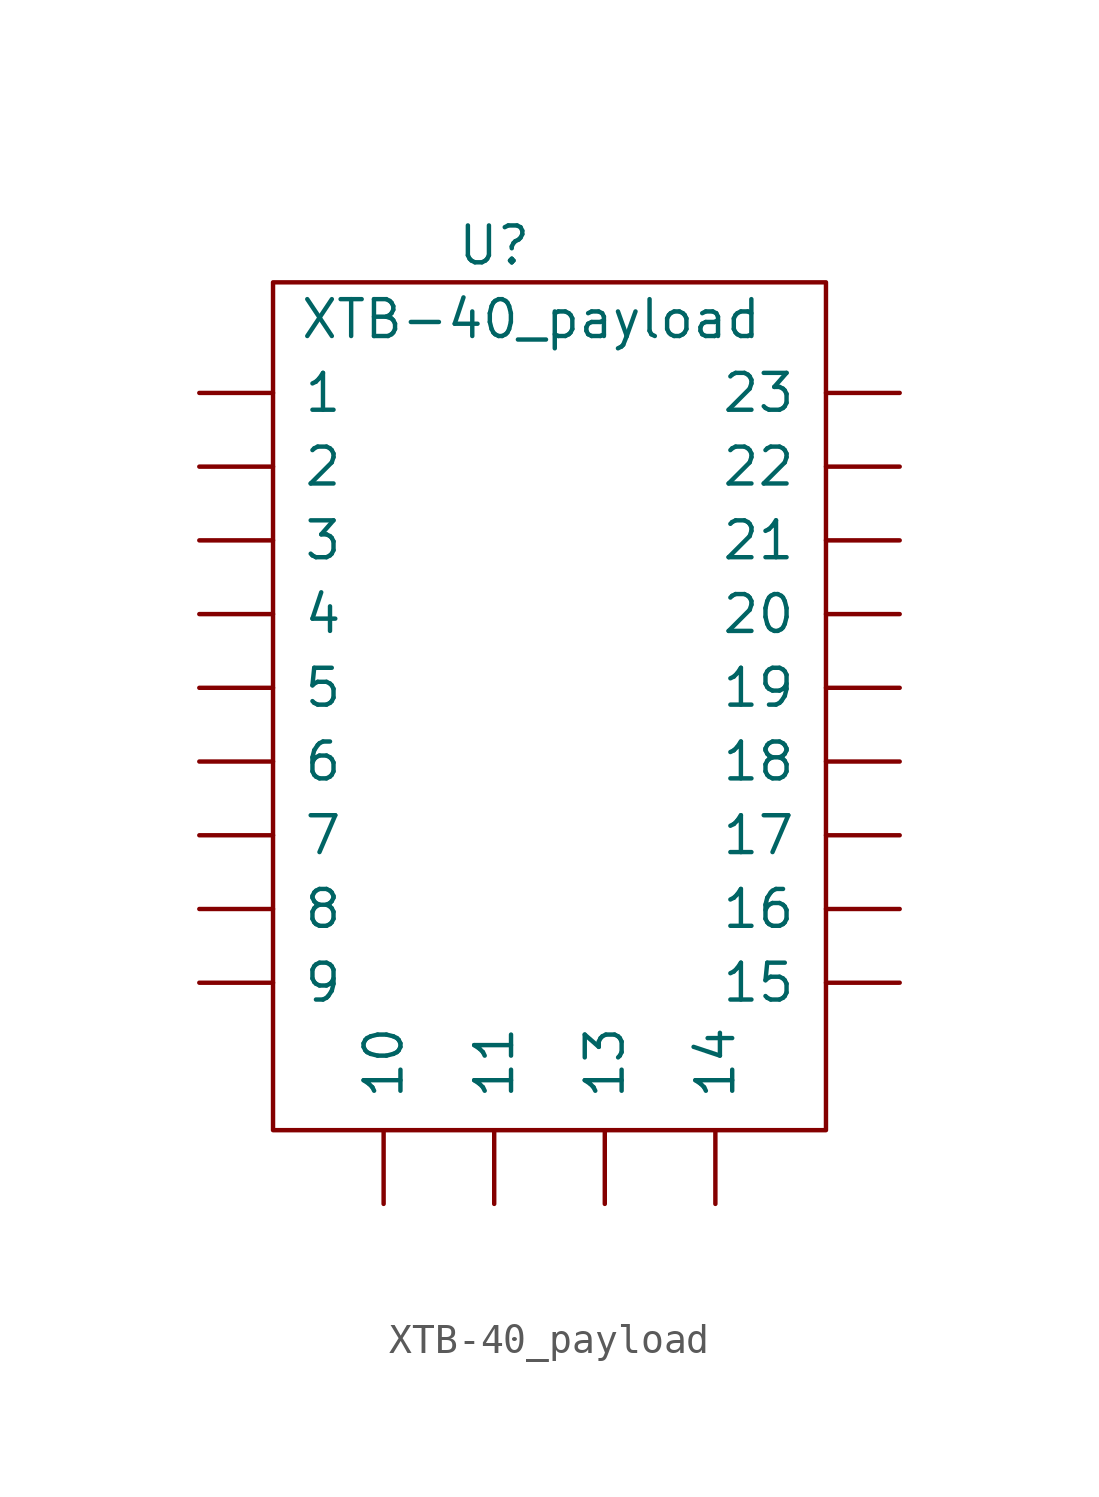
<source format=kicad_sym>
(kicad_symbol_lib
  (version 20211014)
  (generator kicad_symbol_editor)
  (symbol "XTB-40_payload"
    (pin_names
      (offset 1.016))
    (property "Reference" "U"
      (at -2.54 13.97 0)
      (effects (font (size 1.27 1.27))))
    (property "Value" "XTB-40_payload"
      (at -1.27 11.43 0)
      (effects (font (size 1.27 1.27))))
    (symbol "XTB-40_payload_1_0"
      (pin bidirectional line (at -12.7 8.89 0) (length 2.54) (name "1" (effects (font (size 1.27 1.27)))) (number "1" (effects (font (size 0 0))))))
    (symbol "XTB-40_payload_1_1"
      (rectangle (start -10.16 12.7) (end 8.89 -16.51) (stroke (width 0) (type default) (color 0 0 0 0)) (fill (type none)))
      (pin bidirectional line (at -6.35 -19.05 90) (length 2.54) (name "10" (effects (font (size 1.27 1.27)))) (number "10" (effects (font (size 0 0)))))
      (pin bidirectional line (at -2.54 -19.05 90) (length 2.54) (name "11" (effects (font (size 1.27 1.27)))) (number "11" (effects (font (size 0 0)))))
      (pin bidirectional line (at 1.27 -19.05 90) (length 2.54) (name "13" (effects (font (size 1.27 1.27)))) (number "13" (effects (font (size 0 0)))))
      (pin bidirectional line (at 5.08 -19.05 90) (length 2.54) (name "14" (effects (font (size 1.27 1.27)))) (number "14" (effects (font (size 0 0)))))
      (pin bidirectional line (at 11.43 -11.43 180) (length 2.54) (name "15" (effects (font (size 1.27 1.27)))) (number "15" (effects (font (size 0 0)))))
      (pin bidirectional line (at 11.43 -8.89 180) (length 2.54) (name "16" (effects (font (size 1.27 1.27)))) (number "16" (effects (font (size 0 0)))))
      (pin bidirectional line (at 11.43 -6.35 180) (length 2.54) (name "17" (effects (font (size 1.27 1.27)))) (number "17" (effects (font (size 0 0)))))
      (pin bidirectional line (at 11.43 -3.81 180) (length 2.54) (name "18" (effects (font (size 1.27 1.27)))) (number "18" (effects (font (size 0 0)))))
      (pin bidirectional line (at 11.43 -1.27 180) (length 2.54) (name "19" (effects (font (size 1.27 1.27)))) (number "19" (effects (font (size 0 0)))))
      (pin bidirectional line (at -12.7 6.35 0) (length 2.54) (name "2" (effects (font (size 1.27 1.27)))) (number "2" (effects (font (size 0 0)))))
      (pin bidirectional line (at 11.43 1.27 180) (length 2.54) (name "20" (effects (font (size 1.27 1.27)))) (number "20" (effects (font (size 0 0)))))
      (pin bidirectional line (at 11.43 3.81 180) (length 2.54) (name "21" (effects (font (size 1.27 1.27)))) (number "21" (effects (font (size 0 0)))))
      (pin bidirectional line (at 11.43 6.35 180) (length 2.54) (name "22" (effects (font (size 1.27 1.27)))) (number "22" (effects (font (size 0 0)))))
      (pin bidirectional line (at 11.43 8.89 180) (length 2.54) (name "23" (effects (font (size 1.27 1.27)))) (number "23" (effects (font (size 0 0)))))
      (pin bidirectional line (at -12.7 3.81 0) (length 2.54) (name "3" (effects (font (size 1.27 1.27)))) (number "3" (effects (font (size 0 0)))))
      (pin bidirectional line (at -12.7 1.27 0) (length 2.54) (name "4" (effects (font (size 1.27 1.27)))) (number "4" (effects (font (size 0 0)))))
      (pin bidirectional line (at -12.7 -1.27 0) (length 2.54) (name "5" (effects (font (size 1.27 1.27)))) (number "5" (effects (font (size 0 0)))))
      (pin bidirectional line (at -12.7 -3.81 0) (length 2.54) (name "6" (effects (font (size 1.27 1.27)))) (number "6" (effects (font (size 0 0)))))
      (pin bidirectional line (at -12.7 -6.35 0) (length 2.54) (name "7" (effects (font (size 1.27 1.27)))) (number "7" (effects (font (size 0 0)))))
      (pin bidirectional line (at -12.7 -8.89 0) (length 2.54) (name "8" (effects (font (size 1.27 1.27)))) (number "8" (effects (font (size 0 0)))))
      (pin bidirectional line (at -12.7 -11.43 0) (length 2.54) (name "9" (effects (font (size 1.27 1.27)))) (number "9" (effects (font (size 0 0))))))))
</source>
